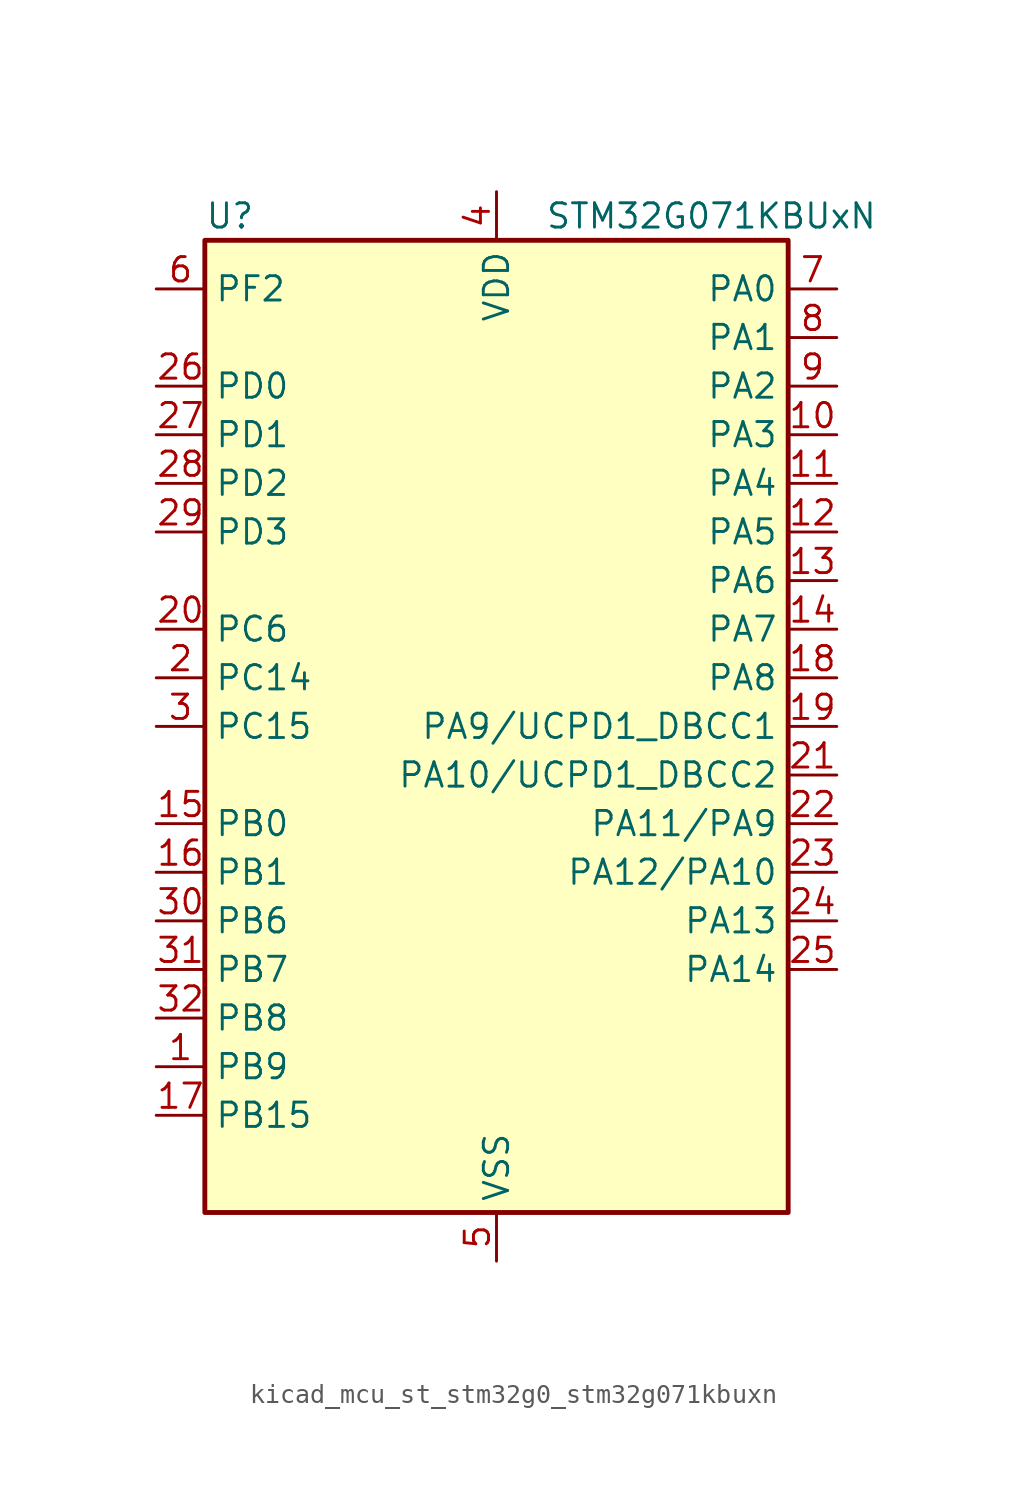
<source format=kicad_sym>
(kicad_symbol_lib
  (version 20220914)
  (generator kicad_symbol_editor)
  (symbol "kicad_mcu_st_stm32g0_stm32g071kbuxn"
    (property "Reference" "U"
      (at -15.24 26.67 0)
      (effects (font (size 1.27 1.27)) (justify left)))
    (property "Value" "STM32G071KBUxN"
      (at 2.54 26.67 0)
      (effects (font (size 1.27 1.27)) (justify left)))
    (property "ki_locked" ""
      (at 0 0 0)
      (effects (font (size 1.27 1.27))))
    (symbol "kicad_mcu_st_stm32g0_stm32g071kbuxn_0_1"
      (rectangle (start -15.24 -25.4) (end 15.24 25.4) (stroke (width 0.254) (type default)) (fill (type background))))
    (symbol "kicad_mcu_st_stm32g0_stm32g071kbuxn_1_1"
      (pin bidirectional line (at -17.78 -17.78 0) (length 2.54) (name "PB9" (effects (font (size 1.27 1.27)))) (number "1" (effects (font (size 1.27 1.27)))) (alternate "DAC1_EXTI9" bidirectional line) (alternate "I2C1_SDA" bidirectional line) (alternate "IR_OUT" bidirectional line) (alternate "SPI2_NSS" bidirectional line) (alternate "TIM17_CH1" bidirectional line) (alternate "UCPD2_FRSTX1" bidirectional line) (alternate "UCPD2_FRSTX2" bidirectional line) (alternate "USART3_RX" bidirectional line))
      (pin bidirectional line (at 17.78 15.24 180) (length 2.54) (name "PA3" (effects (font (size 1.27 1.27)))) (number "10" (effects (font (size 1.27 1.27)))) (alternate "ADC1_IN3" bidirectional line) (alternate "COMP2_INP" bidirectional line) (alternate "LPUART1_RX" bidirectional line) (alternate "SPI2_MISO" bidirectional line) (alternate "TIM15_CH2" bidirectional line) (alternate "TIM2_CH4" bidirectional line) (alternate "UCPD2_FRSTX1" bidirectional line) (alternate "UCPD2_FRSTX2" bidirectional line) (alternate "USART2_RX" bidirectional line))
      (pin bidirectional line (at 17.78 12.7 180) (length 2.54) (name "PA4" (effects (font (size 1.27 1.27)))) (number "11" (effects (font (size 1.27 1.27)))) (alternate "ADC1_IN4" bidirectional line) (alternate "DAC1_OUT1" bidirectional line) (alternate "I2S1_WS" bidirectional line) (alternate "LPTIM2_OUT" bidirectional line) (alternate "RTC_OUT_ALARM" bidirectional line) (alternate "RTC_OUT_CALIB" bidirectional line) (alternate "RTC_TAMP_IN1" bidirectional line) (alternate "RTC_TS" bidirectional line) (alternate "SPI1_NSS" bidirectional line) (alternate "SPI2_MOSI" bidirectional line) (alternate "SYS_WKUP2" bidirectional line) (alternate "TIM14_CH1" bidirectional line) (alternate "UCPD2_FRSTX1" bidirectional line) (alternate "UCPD2_FRSTX2" bidirectional line))
      (pin bidirectional line (at 17.78 10.16 180) (length 2.54) (name "PA5" (effects (font (size 1.27 1.27)))) (number "12" (effects (font (size 1.27 1.27)))) (alternate "ADC1_IN5" bidirectional line) (alternate "CEC" bidirectional line) (alternate "DAC1_OUT2" bidirectional line) (alternate "I2S1_CK" bidirectional line) (alternate "LPTIM2_ETR" bidirectional line) (alternate "SPI1_SCK" bidirectional line) (alternate "TIM2_CH1" bidirectional line) (alternate "TIM2_ETR" bidirectional line) (alternate "UCPD1_FRSTX1" bidirectional line) (alternate "UCPD1_FRSTX2" bidirectional line) (alternate "USART3_TX" bidirectional line))
      (pin bidirectional line (at 17.78 7.62 180) (length 2.54) (name "PA6" (effects (font (size 1.27 1.27)))) (number "13" (effects (font (size 1.27 1.27)))) (alternate "ADC1_IN6" bidirectional line) (alternate "COMP1_OUT" bidirectional line) (alternate "I2S1_MCK" bidirectional line) (alternate "LPUART1_CTS" bidirectional line) (alternate "SPI1_MISO" bidirectional line) (alternate "TIM16_CH1" bidirectional line) (alternate "TIM1_BK" bidirectional line) (alternate "TIM3_CH1" bidirectional line) (alternate "USART3_CTS" bidirectional line) (alternate "USART3_NSS" bidirectional line))
      (pin bidirectional line (at 17.78 5.08 180) (length 2.54) (name "PA7" (effects (font (size 1.27 1.27)))) (number "14" (effects (font (size 1.27 1.27)))) (alternate "ADC1_IN7" bidirectional line) (alternate "COMP2_OUT" bidirectional line) (alternate "I2S1_SD" bidirectional line) (alternate "SPI1_MOSI" bidirectional line) (alternate "TIM14_CH1" bidirectional line) (alternate "TIM17_CH1" bidirectional line) (alternate "TIM1_CH1N" bidirectional line) (alternate "TIM3_CH2" bidirectional line) (alternate "UCPD1_FRSTX1" bidirectional line) (alternate "UCPD1_FRSTX2" bidirectional line))
      (pin bidirectional line (at -17.78 -5.08 0) (length 2.54) (name "PB0" (effects (font (size 1.27 1.27)))) (number "15" (effects (font (size 1.27 1.27)))) (alternate "ADC1_IN8" bidirectional line) (alternate "COMP1_OUT" bidirectional line) (alternate "I2S1_WS" bidirectional line) (alternate "LPTIM1_OUT" bidirectional line) (alternate "SPI1_NSS" bidirectional line) (alternate "TIM1_CH2N" bidirectional line) (alternate "TIM3_CH3" bidirectional line) (alternate "UCPD1_FRSTX1" bidirectional line) (alternate "UCPD1_FRSTX2" bidirectional line) (alternate "USART3_RX" bidirectional line))
      (pin bidirectional line (at -17.78 -7.62 0) (length 2.54) (name "PB1" (effects (font (size 1.27 1.27)))) (number "16" (effects (font (size 1.27 1.27)))) (alternate "ADC1_IN9" bidirectional line) (alternate "COMP1_INM" bidirectional line) (alternate "LPTIM2_IN1" bidirectional line) (alternate "LPUART1_DE" bidirectional line) (alternate "LPUART1_RTS" bidirectional line) (alternate "TIM14_CH1" bidirectional line) (alternate "TIM1_CH3N" bidirectional line) (alternate "TIM3_CH4" bidirectional line) (alternate "USART3_CK" bidirectional line) (alternate "USART3_DE" bidirectional line) (alternate "USART3_RTS" bidirectional line))
      (pin bidirectional line (at -17.78 -20.32 0) (length 2.54) (name "PB15" (effects (font (size 1.27 1.27)))) (number "17" (effects (font (size 1.27 1.27)))) (alternate "RTC_REFIN" bidirectional line) (alternate "SPI2_MOSI" bidirectional line) (alternate "TIM15_CH1N" bidirectional line) (alternate "TIM15_CH2" bidirectional line) (alternate "TIM1_CH3N" bidirectional line) (alternate "UCPD1_CC2" bidirectional line))
      (pin bidirectional line (at 17.78 2.54 180) (length 2.54) (name "PA8" (effects (font (size 1.27 1.27)))) (number "18" (effects (font (size 1.27 1.27)))) (alternate "LPTIM2_OUT" bidirectional line) (alternate "RCC_MCO" bidirectional line) (alternate "SPI2_NSS" bidirectional line) (alternate "TIM1_CH1" bidirectional line) (alternate "UCPD1_CC1" bidirectional line))
      (pin bidirectional line (at 17.78 0 180) (length 2.54) (name "PA9/UCPD1_DBCC1" (effects (font (size 1.27 1.27)))) (number "19" (effects (font (size 1.27 1.27)))) (alternate "DAC1_EXTI9" bidirectional line) (alternate "I2C1_SCL" bidirectional line) (alternate "RCC_MCO" bidirectional line) (alternate "SPI2_MISO" bidirectional line) (alternate "TIM15_BK" bidirectional line) (alternate "TIM1_CH2" bidirectional line) (alternate "UCPD1_DBCC1" bidirectional line) (alternate "USART1_TX" bidirectional line))
      (pin bidirectional line (at -17.78 2.54 0) (length 2.54) (name "PC14" (effects (font (size 1.27 1.27)))) (number "2" (effects (font (size 1.27 1.27)))) (alternate "RCC_OSC32_IN" bidirectional line) (alternate "RCC_OSC_IN" bidirectional line) (alternate "TIM1_BK2" bidirectional line))
      (pin bidirectional line (at -17.78 5.08 0) (length 2.54) (name "PC6" (effects (font (size 1.27 1.27)))) (number "20" (effects (font (size 1.27 1.27)))) (alternate "TIM2_CH3" bidirectional line) (alternate "TIM3_CH1" bidirectional line) (alternate "UCPD1_FRSTX1" bidirectional line) (alternate "UCPD1_FRSTX2" bidirectional line))
      (pin bidirectional line (at 17.78 -2.54 180) (length 2.54) (name "PA10/UCPD1_DBCC2" (effects (font (size 1.27 1.27)))) (number "21" (effects (font (size 1.27 1.27)))) (alternate "I2C1_SDA" bidirectional line) (alternate "SPI2_MOSI" bidirectional line) (alternate "TIM17_BK" bidirectional line) (alternate "TIM1_CH3" bidirectional line) (alternate "UCPD1_DBCC2" bidirectional line) (alternate "USART1_RX" bidirectional line))
      (pin bidirectional line (at 17.78 -5.08 180) (length 2.54) (name "PA11/PA9" (effects (font (size 1.27 1.27)))) (number "22" (effects (font (size 1.27 1.27)))) (alternate "ADC1_EXTI11" bidirectional line) (alternate "COMP1_OUT" bidirectional line) (alternate "I2C2_SCL" bidirectional line) (alternate "I2S1_MCK" bidirectional line) (alternate "SPI1_MISO" bidirectional line) (alternate "TIM1_BK2" bidirectional line) (alternate "TIM1_CH4" bidirectional line) (alternate "USART1_CTS" bidirectional line) (alternate "USART1_NSS" bidirectional line))
      (pin bidirectional line (at 17.78 -7.62 180) (length 2.54) (name "PA12/PA10" (effects (font (size 1.27 1.27)))) (number "23" (effects (font (size 1.27 1.27)))) (alternate "COMP2_OUT" bidirectional line) (alternate "I2C2_SDA" bidirectional line) (alternate "I2S1_SD" bidirectional line) (alternate "I2S_CKIN" bidirectional line) (alternate "SPI1_MOSI" bidirectional line) (alternate "TIM1_ETR" bidirectional line) (alternate "USART1_CK" bidirectional line) (alternate "USART1_DE" bidirectional line) (alternate "USART1_RTS" bidirectional line))
      (pin bidirectional line (at 17.78 -10.16 180) (length 2.54) (name "PA13" (effects (font (size 1.27 1.27)))) (number "24" (effects (font (size 1.27 1.27)))) (alternate "IR_OUT" bidirectional line) (alternate "SYS_SWDIO" bidirectional line))
      (pin bidirectional line (at 17.78 -12.7 180) (length 2.54) (name "PA14" (effects (font (size 1.27 1.27)))) (number "25" (effects (font (size 1.27 1.27)))) (alternate "SYS_SWCLK" bidirectional line) (alternate "USART2_TX" bidirectional line))
      (pin bidirectional line (at -17.78 17.78 0) (length 2.54) (name "PD0" (effects (font (size 1.27 1.27)))) (number "26" (effects (font (size 1.27 1.27)))) (alternate "SPI2_NSS" bidirectional line) (alternate "TIM16_CH1" bidirectional line) (alternate "UCPD2_CC1" bidirectional line))
      (pin bidirectional line (at -17.78 15.24 0) (length 2.54) (name "PD1" (effects (font (size 1.27 1.27)))) (number "27" (effects (font (size 1.27 1.27)))) (alternate "SPI2_SCK" bidirectional line) (alternate "TIM17_CH1" bidirectional line) (alternate "UCPD2_DBCC1" bidirectional line))
      (pin bidirectional line (at -17.78 12.7 0) (length 2.54) (name "PD2" (effects (font (size 1.27 1.27)))) (number "28" (effects (font (size 1.27 1.27)))) (alternate "TIM1_CH1N" bidirectional line) (alternate "TIM3_ETR" bidirectional line) (alternate "UCPD2_CC2" bidirectional line) (alternate "USART3_CK" bidirectional line) (alternate "USART3_DE" bidirectional line) (alternate "USART3_RTS" bidirectional line))
      (pin bidirectional line (at -17.78 10.16 0) (length 2.54) (name "PD3" (effects (font (size 1.27 1.27)))) (number "29" (effects (font (size 1.27 1.27)))) (alternate "SPI2_MISO" bidirectional line) (alternate "TIM1_CH2N" bidirectional line) (alternate "UCPD2_DBCC2" bidirectional line) (alternate "USART2_CTS" bidirectional line) (alternate "USART2_NSS" bidirectional line))
      (pin bidirectional line (at -17.78 0 0) (length 2.54) (name "PC15" (effects (font (size 1.27 1.27)))) (number "3" (effects (font (size 1.27 1.27)))) (alternate "RCC_OSC32_EN" bidirectional line) (alternate "RCC_OSC32_OUT" bidirectional line) (alternate "RCC_OSC_EN" bidirectional line) (alternate "TIM15_BK" bidirectional line))
      (pin bidirectional line (at -17.78 -10.16 0) (length 2.54) (name "PB6" (effects (font (size 1.27 1.27)))) (number "30" (effects (font (size 1.27 1.27)))) (alternate "COMP2_INP" bidirectional line) (alternate "I2C1_SCL" bidirectional line) (alternate "LPTIM1_ETR" bidirectional line) (alternate "SPI2_MISO" bidirectional line) (alternate "TIM16_CH1N" bidirectional line) (alternate "TIM1_CH3" bidirectional line) (alternate "USART1_TX" bidirectional line))
      (pin bidirectional line (at -17.78 -12.7 0) (length 2.54) (name "PB7" (effects (font (size 1.27 1.27)))) (number "31" (effects (font (size 1.27 1.27)))) (alternate "COMP2_INM" bidirectional line) (alternate "I2C1_SDA" bidirectional line) (alternate "LPTIM1_IN2" bidirectional line) (alternate "SPI2_MOSI" bidirectional line) (alternate "SYS_PVD_IN" bidirectional line) (alternate "TIM17_CH1N" bidirectional line) (alternate "USART1_RX" bidirectional line) (alternate "USART4_CTS" bidirectional line) (alternate "USART4_NSS" bidirectional line))
      (pin bidirectional line (at -17.78 -15.24 0) (length 2.54) (name "PB8" (effects (font (size 1.27 1.27)))) (number "32" (effects (font (size 1.27 1.27)))) (alternate "CEC" bidirectional line) (alternate "I2C1_SCL" bidirectional line) (alternate "SPI2_SCK" bidirectional line) (alternate "TIM15_BK" bidirectional line) (alternate "TIM16_CH1" bidirectional line) (alternate "USART3_TX" bidirectional line))
      (pin passive line (at 0 -27.94 90) (length 2.54) hide (name "VSS" (effects (font (size 1.27 1.27)))) (number "33" (effects (font (size 1.27 1.27)))))
      (pin power_in line (at 0 27.94 270) (length 2.54) (name "VDD" (effects (font (size 1.27 1.27)))) (number "4" (effects (font (size 1.27 1.27)))))
      (pin power_in line (at 0 -27.94 90) (length 2.54) (name "VSS" (effects (font (size 1.27 1.27)))) (number "5" (effects (font (size 1.27 1.27)))))
      (pin bidirectional line (at -17.78 22.86 0) (length 2.54) (name "PF2" (effects (font (size 1.27 1.27)))) (number "6" (effects (font (size 1.27 1.27)))) (alternate "RCC_MCO" bidirectional line))
      (pin bidirectional line (at 17.78 22.86 180) (length 2.54) (name "PA0" (effects (font (size 1.27 1.27)))) (number "7" (effects (font (size 1.27 1.27)))) (alternate "ADC1_IN0" bidirectional line) (alternate "COMP1_INM" bidirectional line) (alternate "COMP1_OUT" bidirectional line) (alternate "LPTIM1_OUT" bidirectional line) (alternate "RTC_TAMP_IN2" bidirectional line) (alternate "SPI2_SCK" bidirectional line) (alternate "SYS_WKUP1" bidirectional line) (alternate "TIM2_CH1" bidirectional line) (alternate "TIM2_ETR" bidirectional line) (alternate "UCPD2_FRSTX1" bidirectional line) (alternate "UCPD2_FRSTX2" bidirectional line) (alternate "USART2_CTS" bidirectional line) (alternate "USART2_NSS" bidirectional line) (alternate "USART4_TX" bidirectional line))
      (pin bidirectional line (at 17.78 20.32 180) (length 2.54) (name "PA1" (effects (font (size 1.27 1.27)))) (number "8" (effects (font (size 1.27 1.27)))) (alternate "ADC1_IN1" bidirectional line) (alternate "COMP1_INP" bidirectional line) (alternate "I2C1_SMBA" bidirectional line) (alternate "I2S1_CK" bidirectional line) (alternate "SPI1_SCK" bidirectional line) (alternate "TIM15_CH1N" bidirectional line) (alternate "TIM2_CH2" bidirectional line) (alternate "USART2_CK" bidirectional line) (alternate "USART2_DE" bidirectional line) (alternate "USART2_RTS" bidirectional line) (alternate "USART4_RX" bidirectional line))
      (pin bidirectional line (at 17.78 17.78 180) (length 2.54) (name "PA2" (effects (font (size 1.27 1.27)))) (number "9" (effects (font (size 1.27 1.27)))) (alternate "ADC1_IN2" bidirectional line) (alternate "COMP2_INM" bidirectional line) (alternate "COMP2_OUT" bidirectional line) (alternate "I2S1_SD" bidirectional line) (alternate "LPUART1_TX" bidirectional line) (alternate "RCC_LSCO" bidirectional line) (alternate "SPI1_MOSI" bidirectional line) (alternate "SYS_WKUP4" bidirectional line) (alternate "TIM15_CH1" bidirectional line) (alternate "TIM2_CH3" bidirectional line) (alternate "UCPD1_FRSTX1" bidirectional line) (alternate "UCPD1_FRSTX2" bidirectional line) (alternate "USART2_TX" bidirectional line)))))
</source>
